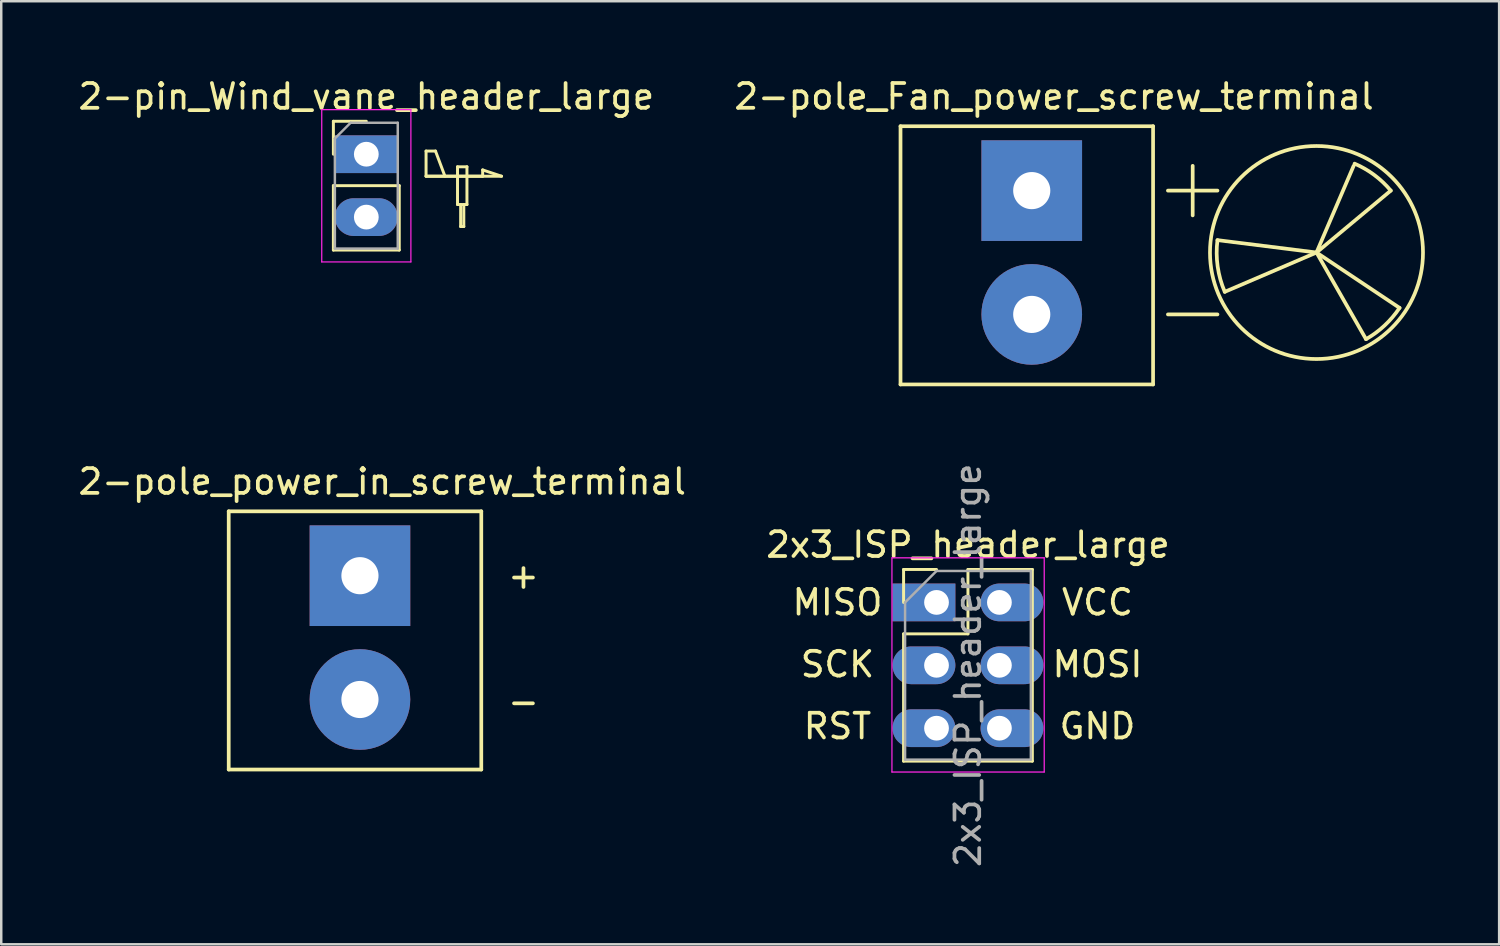
<source format=kicad_pcb>
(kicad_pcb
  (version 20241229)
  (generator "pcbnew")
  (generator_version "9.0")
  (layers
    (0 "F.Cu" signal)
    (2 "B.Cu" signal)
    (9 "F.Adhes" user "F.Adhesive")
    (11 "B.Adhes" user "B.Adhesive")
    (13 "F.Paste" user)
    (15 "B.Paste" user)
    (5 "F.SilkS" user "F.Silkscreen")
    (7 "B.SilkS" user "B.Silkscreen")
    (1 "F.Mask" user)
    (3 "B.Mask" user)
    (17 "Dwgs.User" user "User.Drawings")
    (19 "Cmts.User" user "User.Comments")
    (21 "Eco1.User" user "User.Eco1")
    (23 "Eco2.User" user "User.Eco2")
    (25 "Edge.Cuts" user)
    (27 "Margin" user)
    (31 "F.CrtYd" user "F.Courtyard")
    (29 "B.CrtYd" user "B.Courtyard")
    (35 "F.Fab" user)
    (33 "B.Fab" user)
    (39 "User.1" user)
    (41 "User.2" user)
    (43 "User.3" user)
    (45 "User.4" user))
  (footprint "2-pole_power_in_screw_terminal"
    (layer "F.Cu")
    (at 11.487 20.2)
    (property "Reference" "2-pole_power_in_screw_terminal" (at 0.9 -3.8 0) (layer "F.SilkS") (effects (font (size 1 1) (thickness 0.15))))
    (attr through_hole)
    (fp_line (start -5.3 -2.6) (end -5.3 7.828) (stroke (width 0.15) (type solid)) (layer "F.SilkS"))
    (fp_line (start -5.3 -2.6) (end 4.9 -2.6) (stroke (width 0.15) (type solid)) (layer "F.SilkS"))
    (fp_line (start 4.9 -2.6) (end 4.9 7.828) (stroke (width 0.15) (type solid)) (layer "F.SilkS"))
    (fp_line (start 4.9 7.828) (end -5.3 7.828) (stroke (width 0.15) (type solid)) (layer "F.SilkS"))
    (fp_text user "-" (at 6.604 5.08 0) (layer "F.SilkS") (effects (font (size 1 1) (thickness 0.15))))
    (fp_text user "+" (at 6.604 0 0) (layer "F.SilkS") (effects (font (size 1 1) (thickness 0.15))))
    (pad "1" thru_hole rect (at 0 0) (size 4.064 4.064) (drill 1.5) (layers "*.Cu" "*.Mask"))
    (pad "2" thru_hole circle (at 0 5) (size 4.064 4.064) (drill 1.5) (layers "*.Cu" "*.Mask")))
  (footprint "2-pin_Wind_vane_header_large"
    (layer "F.Cu")
    (at 11.744 3.178)
    (property "Reference" "2-pin_Wind_vane_header_large" (at 0 -2.33 0) (layer "F.SilkS") (effects (font (size 1 1) (thickness 0.15))))
    (attr through_hole)
    (fp_line (start -1.33 -1.33) (end 0 -1.33) (stroke (width 0.12) (type solid)) (layer "F.SilkS"))
    (fp_line (start -1.33 0) (end -1.33 -1.33) (stroke (width 0.12) (type solid)) (layer "F.SilkS"))
    (fp_line (start -1.33 1.27) (end -1.33 3.87) (stroke (width 0.12) (type solid)) (layer "F.SilkS"))
    (fp_line (start -1.33 1.27) (end 1.33 1.27) (stroke (width 0.12) (type solid)) (layer "F.SilkS"))
    (fp_line (start -1.33 3.87) (end 1.33 3.87) (stroke (width 0.12) (type solid)) (layer "F.SilkS"))
    (fp_line (start 1.33 1.27) (end 1.33 3.87) (stroke (width 0.12) (type solid)) (layer "F.SilkS"))
    (fp_line (start 2.413 -0.127) (end 2.794 -0.127) (stroke (width 0.12) (type solid)) (layer "F.SilkS"))
    (fp_line (start 2.413 0.889) (end 2.413 -0.127) (stroke (width 0.12) (type solid)) (layer "F.SilkS"))
    (fp_line (start 2.413 0.889) (end 5.461 0.889) (stroke (width 0.12) (type solid)) (layer "F.SilkS"))
    (fp_line (start 2.794 -0.127) (end 3.175 0.889) (stroke (width 0.12) (type solid)) (layer "F.SilkS"))
    (fp_line (start 3.683 0.508) (end 4.064 0.508) (stroke (width 0.12) (type solid)) (layer "F.SilkS"))
    (fp_line (start 3.683 2.032) (end 3.683 0.508) (stroke (width 0.12) (type solid)) (layer "F.SilkS"))
    (fp_line (start 3.81 2.921) (end 3.81 2.032) (stroke (width 0.12) (type solid)) (layer "F.SilkS"))
    (fp_line (start 3.937 2.032) (end 3.937 2.921) (stroke (width 0.12) (type solid)) (layer "F.SilkS"))
    (fp_line (start 3.937 2.921) (end 3.81 2.921) (stroke (width 0.12) (type solid)) (layer "F.SilkS"))
    (fp_line (start 4.064 0.508) (end 4.064 2.032) (stroke (width 0.12) (type solid)) (layer "F.SilkS"))
    (fp_line (start 4.064 2.032) (end 3.683 2.032) (stroke (width 0.12) (type solid)) (layer "F.SilkS"))
    (fp_line (start 4.699 0.635) (end 4.699 0.889) (stroke (width 0.12) (type solid)) (layer "F.SilkS"))
    (fp_line (start 4.699 0.889) (end 2.413 0.889) (stroke (width 0.12) (type solid)) (layer "F.SilkS"))
    (fp_line (start 5.461 0.889) (end 4.699 0.635) (stroke (width 0.12) (type solid)) (layer "F.SilkS"))
    (fp_line (start -1.8 -1.8) (end -1.8 4.35) (stroke (width 0.05) (type solid)) (layer "F.CrtYd"))
    (fp_line (start -1.8 4.35) (end 1.8 4.35) (stroke (width 0.05) (type solid)) (layer "F.CrtYd"))
    (fp_line (start 1.8 -1.8) (end -1.8 -1.8) (stroke (width 0.05) (type solid)) (layer "F.CrtYd"))
    (fp_line (start 1.8 4.35) (end 1.8 -1.8) (stroke (width 0.05) (type solid)) (layer "F.CrtYd"))
    (fp_line (start -1.27 -0.635) (end -0.635 -1.27) (stroke (width 0.1) (type solid)) (layer "F.Fab"))
    (fp_line (start -1.27 3.81) (end -1.27 -0.635) (stroke (width 0.1) (type solid)) (layer "F.Fab"))
    (fp_line (start -0.635 -1.27) (end 1.27 -1.27) (stroke (width 0.1) (type solid)) (layer "F.Fab"))
    (fp_line (start 1.27 -1.27) (end 1.27 3.81) (stroke (width 0.1) (type solid)) (layer "F.Fab"))
    (fp_line (start 1.27 3.81) (end -1.27 3.81) (stroke (width 0.1) (type solid)) (layer "F.Fab"))
    (pad "1" thru_hole rect (at 0 0) (size 2.54 1.524) (drill 1) (layers "*.Cu" "*.Mask"))
    (pad "2" thru_hole oval (at 0 2.54) (size 2.54 1.524) (drill 1) (layers "*.Cu" "*.Mask")))
  (footprint "2x3_ISP_header_large"
    (layer "F.Cu")
    (at 34.772 21.279)
    (property "Reference" "2x3_ISP_header_large" (at 1.27 -2.33 0) (layer "F.SilkS") (effects (font (size 1 1) (thickness 0.15))))
    (attr through_hole)
    (fp_line (start -1.33 -1.33) (end 0 -1.33) (stroke (width 0.12) (type solid)) (layer "F.SilkS"))
    (fp_line (start -1.33 0) (end -1.33 -1.33) (stroke (width 0.12) (type solid)) (layer "F.SilkS"))
    (fp_line (start -1.33 1.27) (end -1.33 6.41) (stroke (width 0.12) (type solid)) (layer "F.SilkS"))
    (fp_line (start -1.33 1.27) (end 1.27 1.27) (stroke (width 0.12) (type solid)) (layer "F.SilkS"))
    (fp_line (start -1.33 6.41) (end 3.87 6.41) (stroke (width 0.12) (type solid)) (layer "F.SilkS"))
    (fp_line (start 1.27 -1.33) (end 3.87 -1.33) (stroke (width 0.12) (type solid)) (layer "F.SilkS"))
    (fp_line (start 1.27 1.27) (end 1.27 -1.33) (stroke (width 0.12) (type solid)) (layer "F.SilkS"))
    (fp_line (start 3.87 -1.33) (end 3.87 6.41) (stroke (width 0.12) (type solid)) (layer "F.SilkS"))
    (fp_line (start -1.8 -1.8) (end -1.8 6.85) (stroke (width 0.05) (type solid)) (layer "F.CrtYd"))
    (fp_line (start -1.8 6.85) (end 4.35 6.85) (stroke (width 0.05) (type solid)) (layer "F.CrtYd"))
    (fp_line (start 4.35 -1.8) (end -1.8 -1.8) (stroke (width 0.05) (type solid)) (layer "F.CrtYd"))
    (fp_line (start 4.35 6.85) (end 4.35 -1.8) (stroke (width 0.05) (type solid)) (layer "F.CrtYd"))
    (fp_line (start -1.27 0) (end 0 -1.27) (stroke (width 0.1) (type solid)) (layer "F.Fab"))
    (fp_line (start -1.27 6.35) (end -1.27 0) (stroke (width 0.1) (type solid)) (layer "F.Fab"))
    (fp_line (start 0 -1.27) (end 3.81 -1.27) (stroke (width 0.1) (type solid)) (layer "F.Fab"))
    (fp_line (start 3.81 -1.27) (end 3.81 6.35) (stroke (width 0.1) (type solid)) (layer "F.Fab"))
    (fp_line (start 3.81 6.35) (end -1.27 6.35) (stroke (width 0.1) (type solid)) (layer "F.Fab"))
    (fp_text user "SCK" (at -4 2.5 0) (layer "F.SilkS") (effects (font (size 1 1) (thickness 0.15))))
    (fp_text user "VCC" (at 6.5 0 0) (layer "F.SilkS") (effects (font (size 1 1) (thickness 0.15))))
    (fp_text user "MOSI" (at 6.5 2.5 0) (layer "F.SilkS") (effects (font (size 1 1) (thickness 0.15))))
    (fp_text user "RST" (at -4 5 0) (layer "F.SilkS") (effects (font (size 1 1) (thickness 0.15))))
    (fp_text user "GND" (at 6.5 5 0) (layer "F.SilkS") (effects (font (size 1 1) (thickness 0.15))))
    (fp_text user "MISO" (at -4 0 0) (layer "F.SilkS") (effects (font (size 1 1) (thickness 0.15))))
    (fp_text user "${REFERENCE}" (at 1.27 2.54 90) (layer "F.Fab") (effects (font (size 1 1) (thickness 0.15))))
    (pad "1" thru_hole rect (at 0 0) (size 2.54 1.524) (drill 1 (offset -0.508 0)) (layers "*.Cu" "*.Mask"))
    (pad "2" thru_hole oval (at 2.54 0) (size 2.54 1.524) (drill 1 (offset 0.508 0)) (layers "*.Cu" "*.Mask"))
    (pad "3" thru_hole oval (at 0 2.54) (size 2.54 1.524) (drill 1 (offset -0.508 0)) (layers "*.Cu" "*.Mask"))
    (pad "4" thru_hole oval (at 2.54 2.54) (size 2.54 1.524) (drill 1 (offset 0.508 0)) (layers "*.Cu" "*.Mask"))
    (pad "5" thru_hole oval (at 0 5.08) (size 2.54 1.524) (drill 1 (offset -0.508 0)) (layers "*.Cu" "*.Mask"))
    (pad "6" thru_hole oval (at 2.54 5.08) (size 2.54 1.524) (drill 1 (offset 0.508 0)) (layers "*.Cu" "*.Mask")))
  (footprint "2-pole_Fan_power_screw_terminal"
    (layer "F.Cu")
    (at 38.618 4.648)
    (property "Reference" "2-pole_Fan_power_screw_terminal" (at 0.9 -3.8 0) (layer "F.SilkS") (effects (font (size 1 1) (thickness 0.15))))
    (attr through_hole)
    (fp_line (start -5.3 -2.6) (end -5.3 7.828) (stroke (width 0.15) (type solid)) (layer "F.SilkS"))
    (fp_line (start -5.3 -2.6) (end 4.9 -2.6) (stroke (width 0.15) (type solid)) (layer "F.SilkS"))
    (fp_line (start 4.9 -2.6) (end 4.9 7.828) (stroke (width 0.15) (type solid)) (layer "F.SilkS"))
    (fp_line (start 4.9 7.828) (end -5.3 7.828) (stroke (width 0.15) (type solid)) (layer "F.SilkS"))
    (fp_line (start 5.5 0) (end 7.5 0) (stroke (width 0.15) (type solid)) (layer "F.SilkS"))
    (fp_line (start 5.5 5) (end 7.5 5) (stroke (width 0.15) (type solid)) (layer "F.SilkS"))
    (fp_line (start 6.5 1) (end 6.5 -1) (stroke (width 0.15) (type solid)) (layer "F.SilkS"))
    (fp_line (start 11.5 2.5) (end 7.5 2) (stroke (width 0.15) (type solid)) (layer "F.SilkS"))
    (fp_line (start 11.5 2.5) (end 7.795 4.088) (stroke (width 0.15) (type solid)) (layer "F.SilkS"))
    (fp_line (start 11.5 2.5) (end 13.5 6) (stroke (width 0.15) (type solid)) (layer "F.SilkS"))
    (fp_line (start 11.5 2.5) (end 14.5 0) (stroke (width 0.15) (type solid)) (layer "F.SilkS"))
    (fp_line (start 11.5 2.5) (end 14.854 4.736) (stroke (width 0.15) (type solid)) (layer "F.SilkS"))
    (fp_line (start 13 -1) (end 11.5 2.5) (stroke (width 0.15) (type solid)) (layer "F.SilkS"))
    (fp_arc (start 7.794809 4.08794) (mid 7.508464 3.063588) (end 7.500001 2.000001) (stroke (width 0.15) (type solid)) (layer "F.SilkS"))
    (fp_arc (start 13.038304 -1.089375) (mid 13.83361 -0.631175) (end 14.499999 0.000001) (stroke (width 0.15) (type solid)) (layer "F.SilkS"))
    (fp_arc (start 14.854101 4.736068) (mid 14.250632 5.446865) (end 13.499999 5.999999) (stroke (width 0.15) (type solid)) (layer "F.SilkS"))
    (fp_circle (center 11.5 2.5) (end 8 0) (stroke (width 0.15) (type solid)) (fill no) (layer "F.SilkS"))
    (pad "1" thru_hole rect (at 0 0) (size 4.064 4.064) (drill 1.5) (layers "*.Cu" "*.Mask"))
    (pad "2" thru_hole circle (at 0 5) (size 4.064 4.064) (drill 1.5) (layers "*.Cu" "*.Mask")))
  (gr_rect
    (start -3 -3)
    (end 57.494 35.087)
    (stroke (width 0.1) (type default))
    (fill no)
    (layer "Edge.Cuts")))
</source>
